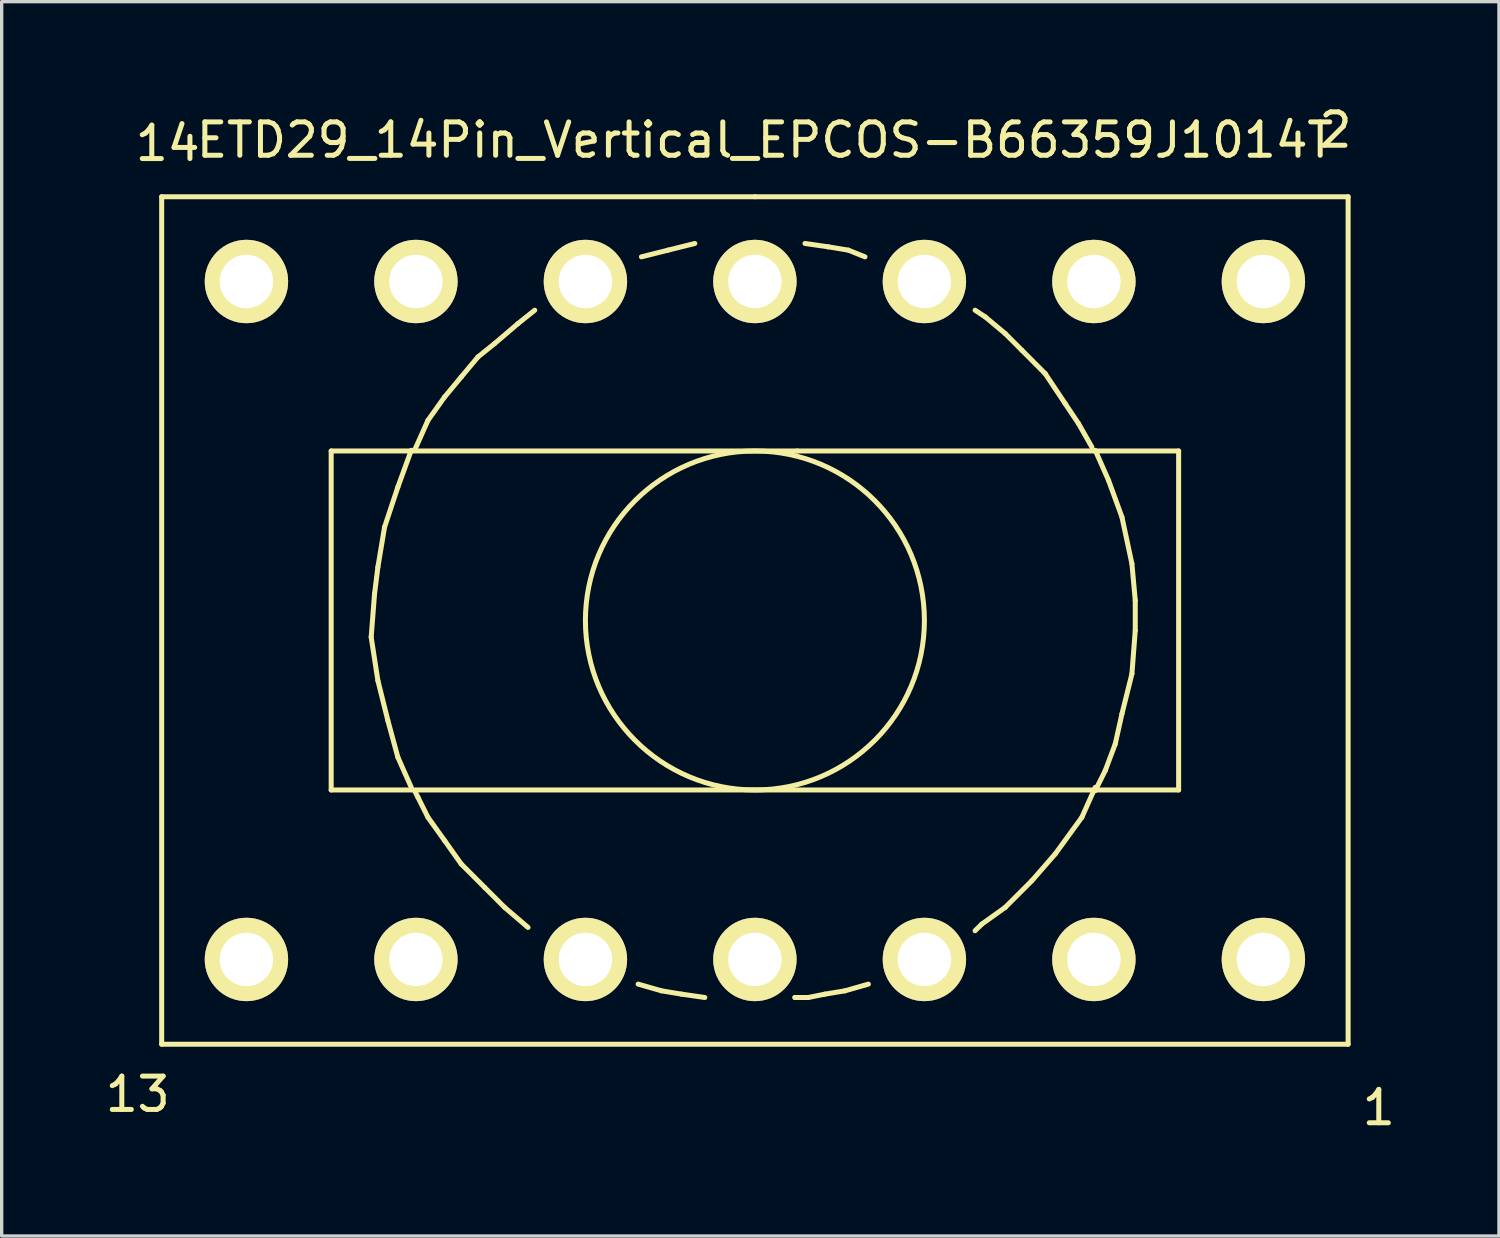
<source format=kicad_pcb>
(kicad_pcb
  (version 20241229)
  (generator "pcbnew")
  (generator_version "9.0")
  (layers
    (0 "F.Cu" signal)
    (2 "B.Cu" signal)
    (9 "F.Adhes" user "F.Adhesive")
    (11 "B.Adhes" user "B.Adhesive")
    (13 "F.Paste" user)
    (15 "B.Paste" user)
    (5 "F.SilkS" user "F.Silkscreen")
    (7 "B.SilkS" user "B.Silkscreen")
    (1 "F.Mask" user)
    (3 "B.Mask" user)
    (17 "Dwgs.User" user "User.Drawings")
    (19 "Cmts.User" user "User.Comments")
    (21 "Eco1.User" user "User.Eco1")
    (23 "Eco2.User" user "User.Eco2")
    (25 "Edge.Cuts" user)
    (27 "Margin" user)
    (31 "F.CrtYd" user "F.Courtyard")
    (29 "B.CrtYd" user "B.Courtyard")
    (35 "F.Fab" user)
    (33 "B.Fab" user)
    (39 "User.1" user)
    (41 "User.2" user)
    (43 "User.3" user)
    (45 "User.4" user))
  (footprint "ETD29_14Pin_Vertical_EPCOS-B66359J1014T"
    (layer "F.Cu")
    (at 19.576 15.547)
    (property "Reference" "ETD29_14Pin_Vertical_EPCOS-B66359J1014T" (at 0.3 -14.399 0) (layer "F.SilkS") (effects (font (size 1 1) (thickness 0.15))))
    (attr through_hole)
    (fp_line (start -17.78 -12.7) (end -17.78 12.7) (stroke (width 0.15) (type solid)) (layer "F.SilkS"))
    (fp_line (start -17.78 12.7) (end 17.78 12.7) (stroke (width 0.15) (type solid)) (layer "F.SilkS"))
    (fp_line (start -12.7 -5.08) (end 1.27 -5.08) (stroke (width 0.15) (type solid)) (layer "F.SilkS"))
    (fp_line (start -12.7 5.08) (end -12.7 -5.08) (stroke (width 0.15) (type solid)) (layer "F.SilkS"))
    (fp_line (start -11.501 0.5) (end -11.3 1.801) (stroke (width 0.15) (type solid)) (layer "F.SilkS"))
    (fp_line (start -11.4 -0.8) (end -11.501 0.5) (stroke (width 0.15) (type solid)) (layer "F.SilkS"))
    (fp_line (start -11.3 -1.6) (end -11.4 -0.8) (stroke (width 0.15) (type solid)) (layer "F.SilkS"))
    (fp_line (start -11.3 1.801) (end -11.001 3) (stroke (width 0.15) (type solid)) (layer "F.SilkS"))
    (fp_line (start -11.1 -2.799) (end -11.3 -1.6) (stroke (width 0.15) (type solid)) (layer "F.SilkS"))
    (fp_line (start -11.001 3) (end -10.701 4.1) (stroke (width 0.15) (type solid)) (layer "F.SilkS"))
    (fp_line (start -10.701 -4) (end -11.1 -2.799) (stroke (width 0.15) (type solid)) (layer "F.SilkS"))
    (fp_line (start -10.701 4.1) (end -10.3 5.001) (stroke (width 0.15) (type solid)) (layer "F.SilkS"))
    (fp_line (start -10.3 -5.1) (end -10.701 -4) (stroke (width 0.15) (type solid)) (layer "F.SilkS"))
    (fp_line (start -10.099 5.301) (end -10.201 5.1) (stroke (width 0.15) (type solid)) (layer "F.SilkS"))
    (fp_line (start -9.799 -5.999) (end -10.201 -5.1) (stroke (width 0.15) (type solid)) (layer "F.SilkS"))
    (fp_line (start -9.799 5.9) (end -10.099 5.301) (stroke (width 0.15) (type solid)) (layer "F.SilkS"))
    (fp_line (start -9.299 -6.701) (end -9.799 -5.999) (stroke (width 0.15) (type solid)) (layer "F.SilkS"))
    (fp_line (start -9.299 6.599) (end -9.799 5.9) (stroke (width 0.15) (type solid)) (layer "F.SilkS"))
    (fp_line (start -8.801 -7.3) (end -9.299 -6.701) (stroke (width 0.15) (type solid)) (layer "F.SilkS"))
    (fp_line (start -8.801 7.3) (end -9.299 6.599) (stroke (width 0.15) (type solid)) (layer "F.SilkS"))
    (fp_line (start -8.301 -7.899) (end -8.801 -7.3) (stroke (width 0.15) (type solid)) (layer "F.SilkS"))
    (fp_line (start -8.1 8.001) (end -8.801 7.3) (stroke (width 0.15) (type solid)) (layer "F.SilkS"))
    (fp_line (start -7.8 -8.301) (end -8.301 -7.899) (stroke (width 0.15) (type solid)) (layer "F.SilkS"))
    (fp_line (start -7.501 8.6) (end -8.1 8.001) (stroke (width 0.15) (type solid)) (layer "F.SilkS"))
    (fp_line (start -7.099 -8.9) (end -7.8 -8.301) (stroke (width 0.15) (type solid)) (layer "F.SilkS"))
    (fp_line (start -6.8 9.2) (end -7.501 8.6) (stroke (width 0.15) (type solid)) (layer "F.SilkS"))
    (fp_line (start -6.599 -9.299) (end -7.099 -8.9) (stroke (width 0.15) (type solid)) (layer "F.SilkS"))
    (fp_line (start -2.799 11.1) (end -3.5 10.899) (stroke (width 0.15) (type solid)) (layer "F.SilkS"))
    (fp_line (start -2.601 -11.1) (end -3.401 -10.899) (stroke (width 0.15) (type solid)) (layer "F.SilkS"))
    (fp_line (start -2.2 11.199) (end -2.799 11.1) (stroke (width 0.15) (type solid)) (layer "F.SilkS"))
    (fp_line (start -1.801 -11.3) (end -2.601 -11.1) (stroke (width 0.15) (type solid)) (layer "F.SilkS"))
    (fp_line (start -1.501 11.3) (end -2.2 11.199) (stroke (width 0.15) (type solid)) (layer "F.SilkS"))
    (fp_line (start 0 -12.7) (end -17.78 -12.7) (stroke (width 0.15) (type solid)) (layer "F.SilkS"))
    (fp_line (start 0 -12.7) (end 17.78 -12.7) (stroke (width 0.15) (type solid)) (layer "F.SilkS"))
    (fp_line (start 1.199 11.3) (end 1.3 11.3) (stroke (width 0.15) (type solid)) (layer "F.SilkS"))
    (fp_line (start 1.27 -5.08) (end 12.7 -5.08) (stroke (width 0.15) (type solid)) (layer "F.SilkS"))
    (fp_line (start 1.6 11.3) (end 1.199 11.3) (stroke (width 0.15) (type solid)) (layer "F.SilkS"))
    (fp_line (start 2.101 11.199) (end 1.6 11.3) (stroke (width 0.15) (type solid)) (layer "F.SilkS"))
    (fp_line (start 2.2 -11.199) (end 1.501 -11.3) (stroke (width 0.15) (type solid)) (layer "F.SilkS"))
    (fp_line (start 2.7 11.1) (end 2.101 11.199) (stroke (width 0.15) (type solid)) (layer "F.SilkS"))
    (fp_line (start 2.799 -11.1) (end 2.2 -11.199) (stroke (width 0.15) (type solid)) (layer "F.SilkS"))
    (fp_line (start 3.299 -10.899) (end 2.799 -11.1) (stroke (width 0.15) (type solid)) (layer "F.SilkS"))
    (fp_line (start 3.401 10.899) (end 2.7 11.1) (stroke (width 0.15) (type solid)) (layer "F.SilkS"))
    (fp_line (start 6.599 -9.299) (end 6.901 -9.101) (stroke (width 0.15) (type solid)) (layer "F.SilkS"))
    (fp_line (start 6.8 9.101) (end 6.599 9.299) (stroke (width 0.15) (type solid)) (layer "F.SilkS"))
    (fp_line (start 6.901 -9.101) (end 7.501 -8.6) (stroke (width 0.15) (type solid)) (layer "F.SilkS"))
    (fp_line (start 7.501 -8.6) (end 8.001 -8.1) (stroke (width 0.15) (type solid)) (layer "F.SilkS"))
    (fp_line (start 7.501 8.6) (end 6.8 9.101) (stroke (width 0.15) (type solid)) (layer "F.SilkS"))
    (fp_line (start 8.001 -8.1) (end 8.7 -7.399) (stroke (width 0.15) (type solid)) (layer "F.SilkS"))
    (fp_line (start 8.301 7.8) (end 7.501 8.6) (stroke (width 0.15) (type solid)) (layer "F.SilkS"))
    (fp_line (start 8.7 -7.399) (end 9.299 -6.5) (stroke (width 0.15) (type solid)) (layer "F.SilkS"))
    (fp_line (start 8.999 7) (end 8.301 7.8) (stroke (width 0.15) (type solid)) (layer "F.SilkS"))
    (fp_line (start 9.299 -6.5) (end 9.7 -5.9) (stroke (width 0.15) (type solid)) (layer "F.SilkS"))
    (fp_line (start 9.7 -5.9) (end 10.099 -5.199) (stroke (width 0.15) (type solid)) (layer "F.SilkS"))
    (fp_line (start 9.799 5.9) (end 8.999 7) (stroke (width 0.15) (type solid)) (layer "F.SilkS"))
    (fp_line (start 10.201 -5.1) (end 10.599 -4.201) (stroke (width 0.15) (type solid)) (layer "F.SilkS"))
    (fp_line (start 10.201 5.001) (end 9.799 5.9) (stroke (width 0.15) (type solid)) (layer "F.SilkS"))
    (fp_line (start 10.5 4.501) (end 10.201 5.1) (stroke (width 0.15) (type solid)) (layer "F.SilkS"))
    (fp_line (start 10.599 -4.201) (end 11.001 -3.099) (stroke (width 0.15) (type solid)) (layer "F.SilkS"))
    (fp_line (start 10.8 3.701) (end 10.5 4.501) (stroke (width 0.15) (type solid)) (layer "F.SilkS"))
    (fp_line (start 11.001 -3.099) (end 11.3 -1.699) (stroke (width 0.15) (type solid)) (layer "F.SilkS"))
    (fp_line (start 11.001 2.799) (end 10.8 3.701) (stroke (width 0.15) (type solid)) (layer "F.SilkS"))
    (fp_line (start 11.3 -1.699) (end 11.4 -0.599) (stroke (width 0.15) (type solid)) (layer "F.SilkS"))
    (fp_line (start 11.3 1.6) (end 11.001 2.799) (stroke (width 0.15) (type solid)) (layer "F.SilkS"))
    (fp_line (start 11.4 -0.599) (end 11.4 0.3) (stroke (width 0.15) (type solid)) (layer "F.SilkS"))
    (fp_line (start 11.4 0.3) (end 11.3 1.6) (stroke (width 0.15) (type solid)) (layer "F.SilkS"))
    (fp_line (start 12.7 -5.08) (end 12.7 5.08) (stroke (width 0.15) (type solid)) (layer "F.SilkS"))
    (fp_line (start 12.7 5.08) (end -12.7 5.08) (stroke (width 0.15) (type solid)) (layer "F.SilkS"))
    (fp_line (start 17.78 -12.7) (end 17.78 12.7) (stroke (width 0.15) (type solid)) (layer "F.SilkS"))
    (fp_circle (center 0 0) (end 0 -5.08) (stroke (width 0.15) (type solid)) (fill no) (layer "F.SilkS"))
    (fp_text user "2" (at 17.399 -14.699 0) (layer "F.SilkS") (effects (font (size 1 1) (thickness 0.15))))
    (fp_text user "14" (at -17.6 -14.3 0) (layer "F.SilkS") (effects (font (size 1 1) (thickness 0.15))))
    (fp_text user "1" (at 18.699 14.6 0) (layer "F.SilkS") (effects (font (size 1 1) (thickness 0.15))))
    (fp_text user "13" (at -18.499 14.201 0) (layer "F.SilkS") (effects (font (size 1 1) (thickness 0.15))))
    (pad "1" thru_hole circle (at 15.24 10.16) (size 2.499 2.499) (drill 1.6) (layers "*.Cu" "*.Mask" "F.SilkS"))
    (pad "2" thru_hole circle (at 15.24 -10.16) (size 2.499 2.499) (drill 1.6) (layers "*.Cu" "*.Mask" "F.SilkS"))
    (pad "3" thru_hole circle (at 10.16 10.16) (size 2.499 2.499) (drill 1.6) (layers "*.Cu" "*.Mask" "F.SilkS"))
    (pad "4" thru_hole circle (at 10.16 -10.16) (size 2.499 2.499) (drill 1.6) (layers "*.Cu" "*.Mask" "F.SilkS"))
    (pad "5" thru_hole circle (at 5.08 10.16) (size 2.499 2.499) (drill 1.6) (layers "*.Cu" "*.Mask" "F.SilkS"))
    (pad "6" thru_hole circle (at 5.08 -10.16) (size 2.499 2.499) (drill 1.6) (layers "*.Cu" "*.Mask" "F.SilkS"))
    (pad "7" thru_hole circle (at 0 10.16) (size 2.499 2.499) (drill 1.6) (layers "*.Cu" "*.Mask" "F.SilkS"))
    (pad "8" thru_hole circle (at 0 -10.16) (size 2.499 2.499) (drill 1.6) (layers "*.Cu" "*.Mask" "F.SilkS"))
    (pad "9" thru_hole circle (at -5.08 10.16) (size 2.499 2.499) (drill 1.6) (layers "*.Cu" "*.Mask" "F.SilkS"))
    (pad "10" thru_hole circle (at -5.08 -10.16) (size 2.499 2.499) (drill 1.6) (layers "*.Cu" "*.Mask" "F.SilkS"))
    (pad "11" thru_hole circle (at -10.16 10.16) (size 2.499 2.499) (drill 1.6) (layers "*.Cu" "*.Mask" "F.SilkS"))
    (pad "12" thru_hole circle (at -10.16 -10.16) (size 2.499 2.499) (drill 1.6) (layers "*.Cu" "*.Mask" "F.SilkS"))
    (pad "13" thru_hole circle (at -15.24 10.16) (size 2.499 2.499) (drill 1.6) (layers "*.Cu" "*.Mask" "F.SilkS"))
    (pad "14" thru_hole circle (at -15.24 -10.16) (size 2.499 2.499) (drill 1.6) (layers "*.Cu" "*.Mask" "F.SilkS")))
  (gr_rect
    (start -3 -3)
    (end 41.877 33.995)
    (stroke (width 0.1) (type default))
    (fill no)
    (layer "Edge.Cuts")))
</source>
